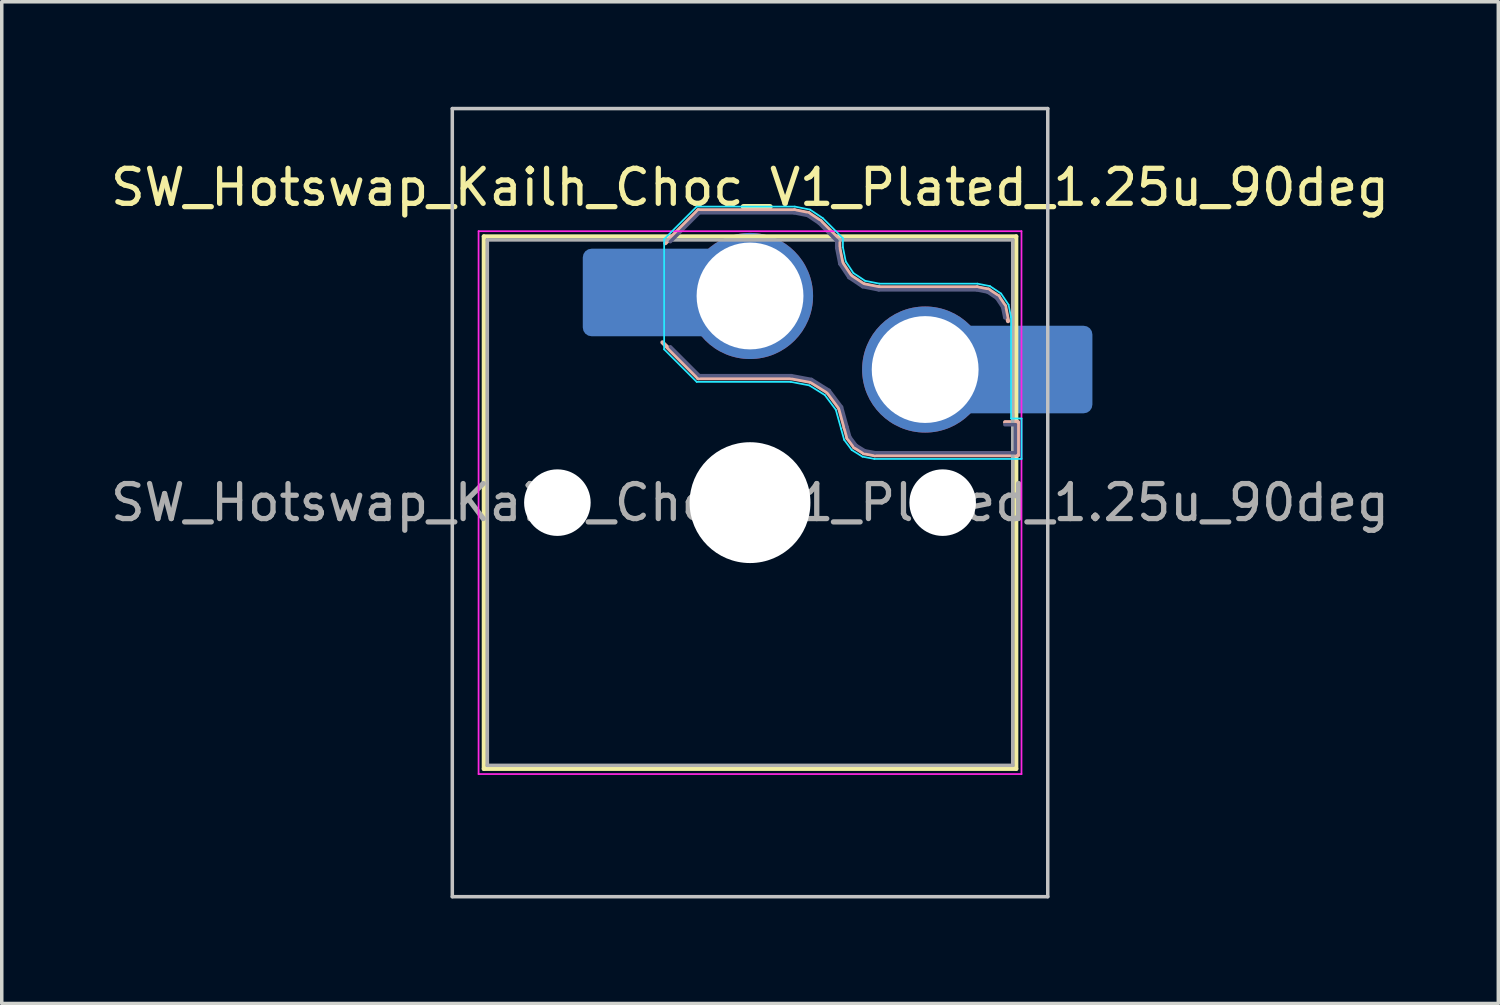
<source format=kicad_pcb>
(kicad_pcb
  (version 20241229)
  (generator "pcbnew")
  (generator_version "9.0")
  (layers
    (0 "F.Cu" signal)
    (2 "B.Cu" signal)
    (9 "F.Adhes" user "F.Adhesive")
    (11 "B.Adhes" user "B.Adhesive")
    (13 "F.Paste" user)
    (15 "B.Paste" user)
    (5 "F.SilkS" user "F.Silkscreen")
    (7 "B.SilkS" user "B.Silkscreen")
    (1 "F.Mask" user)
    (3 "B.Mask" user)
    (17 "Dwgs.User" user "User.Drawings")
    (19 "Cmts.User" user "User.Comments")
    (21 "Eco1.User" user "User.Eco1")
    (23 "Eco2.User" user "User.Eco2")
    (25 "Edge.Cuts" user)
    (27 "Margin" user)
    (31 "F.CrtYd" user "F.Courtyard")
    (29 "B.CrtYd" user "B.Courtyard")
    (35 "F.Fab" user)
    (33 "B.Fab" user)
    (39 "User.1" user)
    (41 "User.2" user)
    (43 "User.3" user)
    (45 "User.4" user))
  (footprint "SW_Hotswap_Kailh_Choc_V1_Plated_1.25u_90deg"
    (layer "F.Cu")
    (at 18.363 11.3)
    (property "Reference" "SW_Hotswap_Kailh_Choc_V1_Plated_1.25u_90deg" (at 0 -9 0) (layer "F.SilkS") (effects (font (size 1 1) (thickness 0.15))))
    (attr smd)
    (fp_line (start -7.6 -7.6) (end -7.6 7.6) (stroke (width 0.12) (type solid)) (layer "F.SilkS"))
    (fp_line (start -7.6 7.6) (end 7.6 7.6) (stroke (width 0.12) (type solid)) (layer "F.SilkS"))
    (fp_line (start 7.6 -7.6) (end -7.6 -7.6) (stroke (width 0.12) (type solid)) (layer "F.SilkS"))
    (fp_line (start 7.6 7.6) (end 7.6 -7.6) (stroke (width 0.12) (type solid)) (layer "F.SilkS"))
    (fp_line (start -2.416 -7.409) (end -1.479 -8.346) (stroke (width 0.12) (type solid)) (layer "B.SilkS"))
    (fp_line (start -1.479 -8.346) (end 1.268 -8.346) (stroke (width 0.12) (type solid)) (layer "B.SilkS"))
    (fp_line (start -1.479 -3.554) (end -2.5 -4.575) (stroke (width 0.12) (type solid)) (layer "B.SilkS"))
    (fp_line (start 1.168 -3.554) (end -1.479 -3.554) (stroke (width 0.12) (type solid)) (layer "B.SilkS"))
    (fp_line (start 1.268 -8.346) (end 1.671 -8.266) (stroke (width 0.12) (type solid)) (layer "B.SilkS"))
    (fp_line (start 1.671 -8.266) (end 2.013 -8.037) (stroke (width 0.12) (type solid)) (layer "B.SilkS"))
    (fp_line (start 1.73 -3.449) (end 1.168 -3.554) (stroke (width 0.12) (type solid)) (layer "B.SilkS"))
    (fp_line (start 2.013 -8.037) (end 2.546 -7.504) (stroke (width 0.12) (type solid)) (layer "B.SilkS"))
    (fp_line (start 2.209 -3.15) (end 1.73 -3.449) (stroke (width 0.12) (type solid)) (layer "B.SilkS"))
    (fp_line (start 2.546 -7.504) (end 2.546 -7.282) (stroke (width 0.12) (type solid)) (layer "B.SilkS"))
    (fp_line (start 2.546 -7.282) (end 2.633 -6.844) (stroke (width 0.12) (type solid)) (layer "B.SilkS"))
    (fp_line (start 2.547 -2.697) (end 2.209 -3.15) (stroke (width 0.12) (type solid)) (layer "B.SilkS"))
    (fp_line (start 2.633 -6.844) (end 2.877 -6.477) (stroke (width 0.12) (type solid)) (layer "B.SilkS"))
    (fp_line (start 2.701 -2.139) (end 2.547 -2.697) (stroke (width 0.12) (type solid)) (layer "B.SilkS"))
    (fp_line (start 2.783 -1.841) (end 2.701 -2.139) (stroke (width 0.12) (type solid)) (layer "B.SilkS"))
    (fp_line (start 2.877 -6.477) (end 3.244 -6.233) (stroke (width 0.12) (type solid)) (layer "B.SilkS"))
    (fp_line (start 2.976 -1.583) (end 2.783 -1.841) (stroke (width 0.12) (type solid)) (layer "B.SilkS"))
    (fp_line (start 3.244 -6.233) (end 3.682 -6.146) (stroke (width 0.12) (type solid)) (layer "B.SilkS"))
    (fp_line (start 3.25 -1.413) (end 2.976 -1.583) (stroke (width 0.12) (type solid)) (layer "B.SilkS"))
    (fp_line (start 3.56 -1.354) (end 3.25 -1.413) (stroke (width 0.12) (type solid)) (layer "B.SilkS"))
    (fp_line (start 3.682 -6.146) (end 6.482 -6.146) (stroke (width 0.12) (type solid)) (layer "B.SilkS"))
    (fp_line (start 6.482 -6.146) (end 6.809 -6.081) (stroke (width 0.12) (type solid)) (layer "B.SilkS"))
    (fp_line (start 6.809 -6.081) (end 7.092 -5.892) (stroke (width 0.12) (type solid)) (layer "B.SilkS"))
    (fp_line (start 7.092 -5.892) (end 7.281 -5.609) (stroke (width 0.12) (type solid)) (layer "B.SilkS"))
    (fp_line (start 7.281 -5.609) (end 7.366 -5.182) (stroke (width 0.12) (type solid)) (layer "B.SilkS"))
    (fp_line (start 7.283 -2.296) (end 7.646 -2.296) (stroke (width 0.12) (type solid)) (layer "B.SilkS"))
    (fp_line (start 7.646 -2.296) (end 7.646 -1.354) (stroke (width 0.12) (type solid)) (layer "B.SilkS"))
    (fp_line (start 7.646 -1.354) (end 3.56 -1.354) (stroke (width 0.12) (type solid)) (layer "B.SilkS"))
    (fp_line (start -8.5 -11.25) (end 8.5 -11.25) (stroke (width 0.1) (type solid)) (layer "Dwgs.User"))
    (fp_line (start -8.5 11.25) (end -8.5 -11.25) (stroke (width 0.1) (type solid)) (layer "Dwgs.User"))
    (fp_line (start 8.5 -11.25) (end 8.5 11.25) (stroke (width 0.1) (type solid)) (layer "Dwgs.User"))
    (fp_line (start 8.5 11.25) (end -8.5 11.25) (stroke (width 0.1) (type solid)) (layer "Dwgs.User"))
    (fp_line (start -7.25 -7.25) (end -7.25 7.25) (stroke (width 0.1) (type solid)) (layer "Eco1.User"))
    (fp_line (start -7.25 7.25) (end 7.25 7.25) (stroke (width 0.1) (type solid)) (layer "Eco1.User"))
    (fp_line (start 7.25 -7.25) (end -7.25 -7.25) (stroke (width 0.1) (type solid)) (layer "Eco1.User"))
    (fp_line (start 7.25 7.25) (end 7.25 -7.25) (stroke (width 0.1) (type solid)) (layer "Eco1.User"))
    (fp_line (start -2.452 -7.523) (end -1.523 -8.452) (stroke (width 0.05) (type solid)) (layer "B.CrtYd"))
    (fp_line (start -2.452 -4.377) (end -2.452 -7.523) (stroke (width 0.05) (type solid)) (layer "B.CrtYd"))
    (fp_line (start -1.523 -8.452) (end 1.278 -8.452) (stroke (width 0.05) (type solid)) (layer "B.CrtYd"))
    (fp_line (start -1.523 -3.448) (end -2.452 -4.377) (stroke (width 0.05) (type solid)) (layer "B.CrtYd"))
    (fp_line (start 1.159 -3.448) (end -1.523 -3.448) (stroke (width 0.05) (type solid)) (layer "B.CrtYd"))
    (fp_line (start 1.278 -8.452) (end 1.712 -8.366) (stroke (width 0.05) (type solid)) (layer "B.CrtYd"))
    (fp_line (start 1.691 -3.348) (end 1.159 -3.448) (stroke (width 0.05) (type solid)) (layer "B.CrtYd"))
    (fp_line (start 1.712 -8.366) (end 2.081 -8.119) (stroke (width 0.05) (type solid)) (layer "B.CrtYd"))
    (fp_line (start 2.081 -8.119) (end 2.652 -7.548) (stroke (width 0.05) (type solid)) (layer "B.CrtYd"))
    (fp_line (start 2.136 -3.071) (end 1.691 -3.348) (stroke (width 0.05) (type solid)) (layer "B.CrtYd"))
    (fp_line (start 2.45 -2.65) (end 2.136 -3.071) (stroke (width 0.05) (type solid)) (layer "B.CrtYd"))
    (fp_line (start 2.599 -2.111) (end 2.45 -2.65) (stroke (width 0.05) (type solid)) (layer "B.CrtYd"))
    (fp_line (start 2.652 -7.548) (end 2.652 -7.292) (stroke (width 0.05) (type solid)) (layer "B.CrtYd"))
    (fp_line (start 2.652 -7.292) (end 2.733 -6.885) (stroke (width 0.05) (type solid)) (layer "B.CrtYd"))
    (fp_line (start 2.687 -1.794) (end 2.599 -2.111) (stroke (width 0.05) (type solid)) (layer "B.CrtYd"))
    (fp_line (start 2.733 -6.885) (end 2.953 -6.553) (stroke (width 0.05) (type solid)) (layer "B.CrtYd"))
    (fp_line (start 2.903 -1.503) (end 2.687 -1.794) (stroke (width 0.05) (type solid)) (layer "B.CrtYd"))
    (fp_line (start 2.953 -6.553) (end 3.285 -6.333) (stroke (width 0.05) (type solid)) (layer "B.CrtYd"))
    (fp_line (start 3.211 -1.312) (end 2.903 -1.503) (stroke (width 0.05) (type solid)) (layer "B.CrtYd"))
    (fp_line (start 3.285 -6.333) (end 3.692 -6.252) (stroke (width 0.05) (type solid)) (layer "B.CrtYd"))
    (fp_line (start 3.55 -1.248) (end 3.211 -1.312) (stroke (width 0.05) (type solid)) (layer "B.CrtYd"))
    (fp_line (start 3.692 -6.252) (end 6.492 -6.252) (stroke (width 0.05) (type solid)) (layer "B.CrtYd"))
    (fp_line (start 6.492 -6.252) (end 6.85 -6.181) (stroke (width 0.05) (type solid)) (layer "B.CrtYd"))
    (fp_line (start 6.85 -6.181) (end 7.168 -5.968) (stroke (width 0.05) (type solid)) (layer "B.CrtYd"))
    (fp_line (start 7.168 -5.968) (end 7.381 -5.65) (stroke (width 0.05) (type solid)) (layer "B.CrtYd"))
    (fp_line (start 7.381 -5.65) (end 7.452 -5.292) (stroke (width 0.05) (type solid)) (layer "B.CrtYd"))
    (fp_line (start 7.452 -5.292) (end 7.452 -2.402) (stroke (width 0.05) (type solid)) (layer "B.CrtYd"))
    (fp_line (start 7.452 -2.402) (end 7.752 -2.402) (stroke (width 0.05) (type solid)) (layer "B.CrtYd"))
    (fp_line (start 7.752 -2.402) (end 7.752 -1.248) (stroke (width 0.05) (type solid)) (layer "B.CrtYd"))
    (fp_line (start 7.752 -1.248) (end 3.55 -1.248) (stroke (width 0.05) (type solid)) (layer "B.CrtYd"))
    (fp_line (start -7.75 -7.75) (end -7.75 7.75) (stroke (width 0.05) (type solid)) (layer "F.CrtYd"))
    (fp_line (start -7.75 7.75) (end 7.75 7.75) (stroke (width 0.05) (type solid)) (layer "F.CrtYd"))
    (fp_line (start 7.75 -7.75) (end -7.75 -7.75) (stroke (width 0.05) (type solid)) (layer "F.CrtYd"))
    (fp_line (start 7.75 7.75) (end 7.75 -7.75) (stroke (width 0.05) (type solid)) (layer "F.CrtYd"))
    (fp_line (start -2.275 -7.45) (end -1.45 -8.275) (stroke (width 0.1) (type solid)) (layer "B.Fab"))
    (fp_line (start -1.45 -8.275) (end 1.261 -8.275) (stroke (width 0.1) (type solid)) (layer "B.Fab"))
    (fp_line (start -1.45 -3.625) (end -2.275 -4.45) (stroke (width 0.1) (type solid)) (layer "B.Fab"))
    (fp_line (start 1.175 -3.625) (end -1.45 -3.625) (stroke (width 0.1) (type solid)) (layer "B.Fab"))
    (fp_line (start 1.261 -8.275) (end 1.643 -8.199) (stroke (width 0.1) (type solid)) (layer "B.Fab"))
    (fp_line (start 1.643 -8.199) (end 1.968 -7.982) (stroke (width 0.1) (type solid)) (layer "B.Fab"))
    (fp_line (start 1.756 -3.516) (end 1.175 -3.625) (stroke (width 0.1) (type solid)) (layer "B.Fab"))
    (fp_line (start 1.968 -7.982) (end 2.475 -7.475) (stroke (width 0.1) (type solid)) (layer "B.Fab"))
    (fp_line (start 2.258 -3.203) (end 1.756 -3.516) (stroke (width 0.1) (type solid)) (layer "B.Fab"))
    (fp_line (start 2.475 -7.475) (end 2.475 -7.275) (stroke (width 0.1) (type solid)) (layer "B.Fab"))
    (fp_line (start 2.475 -7.275) (end 2.566 -6.816) (stroke (width 0.1) (type solid)) (layer "B.Fab"))
    (fp_line (start 2.566 -6.816) (end 2.826 -6.426) (stroke (width 0.1) (type solid)) (layer "B.Fab"))
    (fp_line (start 2.612 -2.729) (end 2.258 -3.203) (stroke (width 0.1) (type solid)) (layer "B.Fab"))
    (fp_line (start 2.769 -2.158) (end 2.612 -2.729) (stroke (width 0.1) (type solid)) (layer "B.Fab"))
    (fp_line (start 2.826 -6.426) (end 3.216 -6.166) (stroke (width 0.1) (type solid)) (layer "B.Fab"))
    (fp_line (start 2.848 -1.873) (end 2.769 -2.158) (stroke (width 0.1) (type solid)) (layer "B.Fab"))
    (fp_line (start 3.025 -1.636) (end 2.848 -1.873) (stroke (width 0.1) (type solid)) (layer "B.Fab"))
    (fp_line (start 3.216 -6.166) (end 3.675 -6.075) (stroke (width 0.1) (type solid)) (layer "B.Fab"))
    (fp_line (start 3.276 -1.48) (end 3.025 -1.636) (stroke (width 0.1) (type solid)) (layer "B.Fab"))
    (fp_line (start 3.567 -1.425) (end 3.276 -1.48) (stroke (width 0.1) (type solid)) (layer "B.Fab"))
    (fp_line (start 3.675 -6.075) (end 6.475 -6.075) (stroke (width 0.1) (type solid)) (layer "B.Fab"))
    (fp_line (start 6.475 -6.075) (end 6.781 -6.014) (stroke (width 0.1) (type solid)) (layer "B.Fab"))
    (fp_line (start 6.781 -6.014) (end 7.041 -5.841) (stroke (width 0.1) (type solid)) (layer "B.Fab"))
    (fp_line (start 7.041 -5.841) (end 7.214 -5.581) (stroke (width 0.1) (type solid)) (layer "B.Fab"))
    (fp_line (start 7.214 -5.581) (end 7.275 -5.275) (stroke (width 0.1) (type solid)) (layer "B.Fab"))
    (fp_line (start 7.275 -2.225) (end 7.575 -2.225) (stroke (width 0.1) (type solid)) (layer "B.Fab"))
    (fp_line (start 7.575 -2.225) (end 7.575 -1.425) (stroke (width 0.1) (type solid)) (layer "B.Fab"))
    (fp_line (start 7.575 -1.425) (end 3.567 -1.425) (stroke (width 0.1) (type solid)) (layer "B.Fab"))
    (fp_line (start -7.5 -7.5) (end -7.5 7.5) (stroke (width 0.1) (type solid)) (layer "F.Fab"))
    (fp_line (start -7.5 7.5) (end 7.5 7.5) (stroke (width 0.1) (type solid)) (layer "F.Fab"))
    (fp_line (start 7.5 -7.5) (end -7.5 -7.5) (stroke (width 0.1) (type solid)) (layer "F.Fab"))
    (fp_line (start 7.5 7.5) (end 7.5 -7.5) (stroke (width 0.1) (type solid)) (layer "F.Fab"))
    (fp_text user "${REFERENCE}" (at 0 0 0) (layer "F.Fab") (effects (font (size 1 1) (thickness 0.15))))
    (pad "" np_thru_hole circle (at -5.5 0) (size 1.9 1.9) (drill 1.9) (layers "*.Cu" "*.Mask"))
    (pad "" smd roundrect (at -3.5 -6) (size 2.55 2.5) (layers "B.Mask" "B.Paste") (roundrect_rratio 0.1))
    (pad "" smd circle (at 0 -5.9) (size 3.1 3.1) (layers "F.Mask"))
    (pad "" np_thru_hole circle (at 0 0) (size 3.45 3.45) (drill 3.45) (layers "*.Cu" "*.Mask"))
    (pad "" smd circle (at 5 -3.8) (size 3.1 3.1) (layers "F.Mask"))
    (pad "" np_thru_hole circle (at 5.5 0) (size 1.9 1.9) (drill 1.9) (layers "*.Cu" "*.Mask"))
    (pad "" smd roundrect (at 8.5 -3.8) (size 2.55 2.5) (layers "B.Mask" "B.Paste") (roundrect_rratio 0.1))
    (pad "1" smd roundrect (at -2.85 -6) (size 3.85 2.5) (layers "B.Cu") (roundrect_rratio 0.1))
    (pad "1" thru_hole circle (at 0 -5.9) (size 3.6 3.6) (drill 3.05) (layers "*.Cu" "B.Mask"))
    (pad "2" thru_hole circle (at 5 -3.8) (size 3.6 3.6) (drill 3.05) (layers "*.Cu" "B.Mask"))
    (pad "2" smd roundrect (at 7.85 -3.8) (size 3.85 2.5) (layers "B.Cu") (roundrect_rratio 0.1)))
  (gr_rect
    (start -3 -3)
    (end 39.726 25.6)
    (stroke (width 0.1) (type default))
    (fill no)
    (layer "Edge.Cuts")))
</source>
